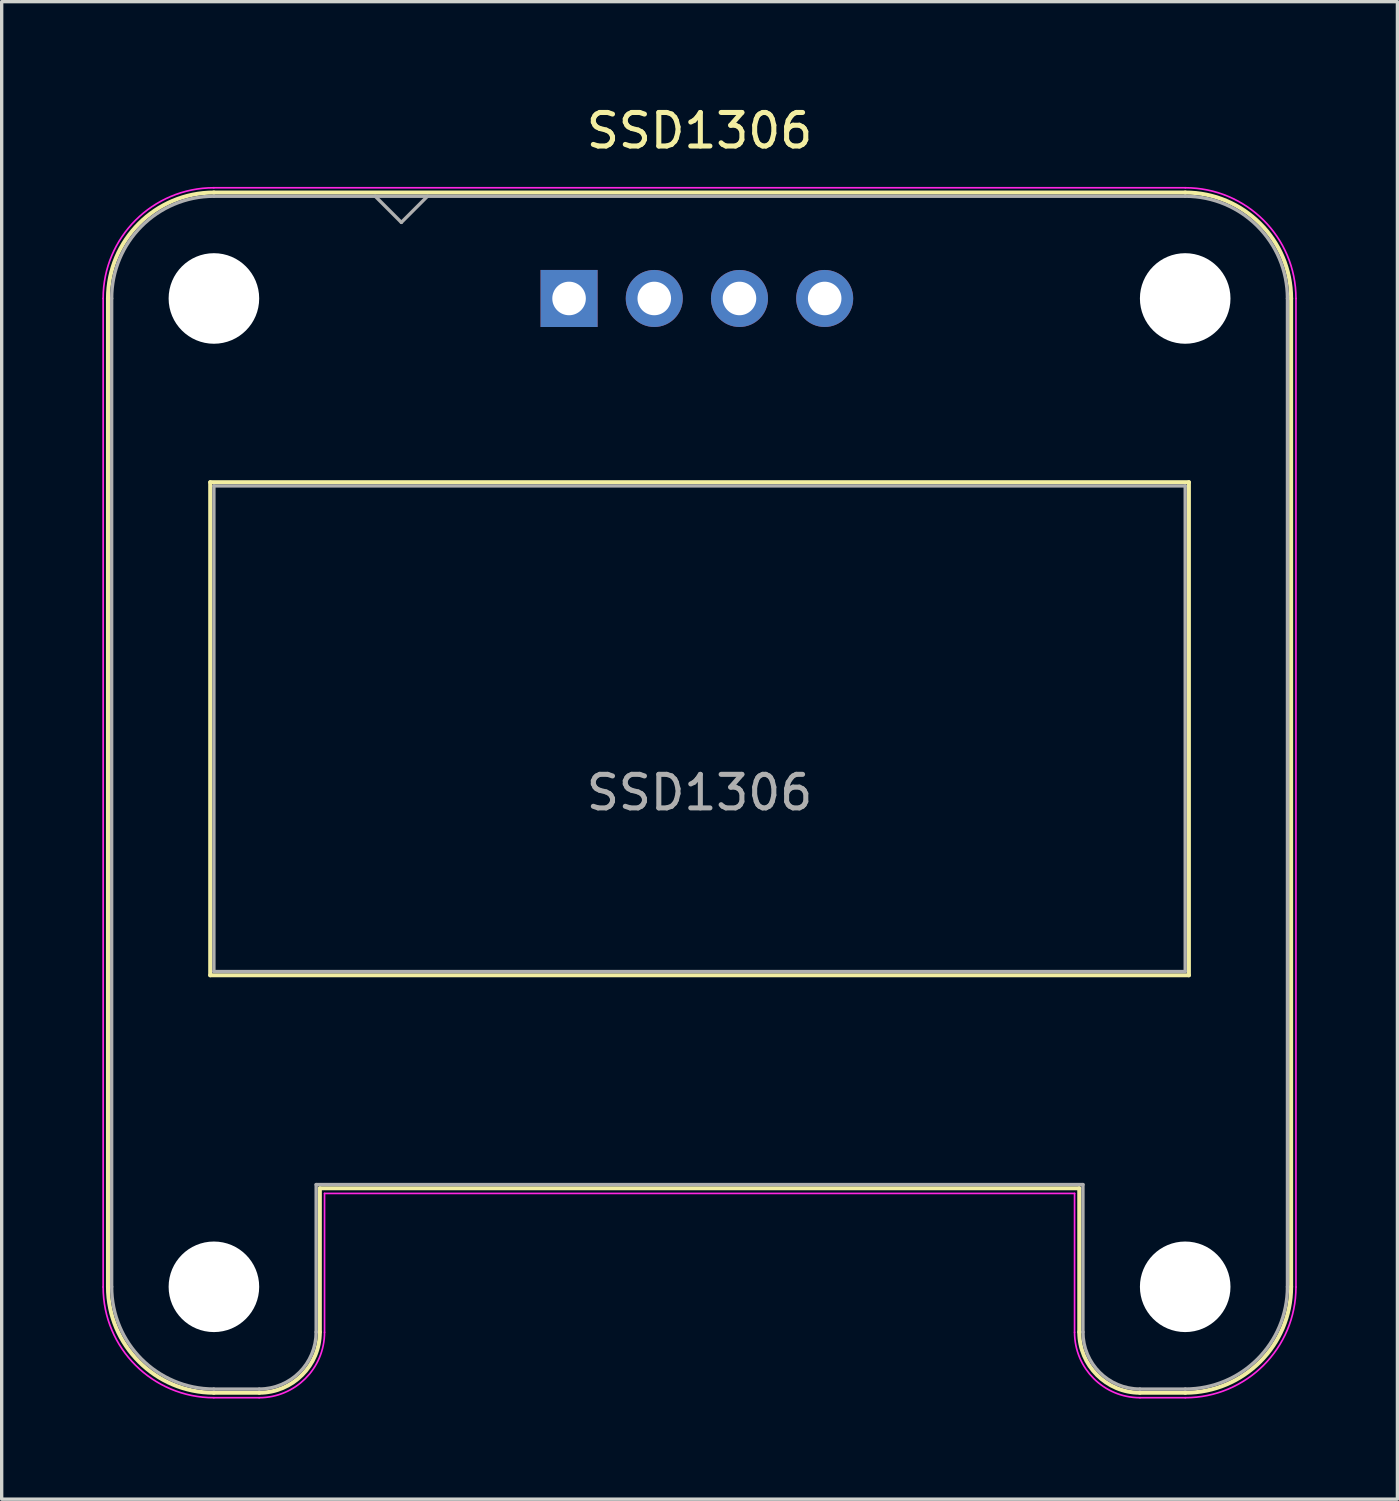
<source format=kicad_pcb>
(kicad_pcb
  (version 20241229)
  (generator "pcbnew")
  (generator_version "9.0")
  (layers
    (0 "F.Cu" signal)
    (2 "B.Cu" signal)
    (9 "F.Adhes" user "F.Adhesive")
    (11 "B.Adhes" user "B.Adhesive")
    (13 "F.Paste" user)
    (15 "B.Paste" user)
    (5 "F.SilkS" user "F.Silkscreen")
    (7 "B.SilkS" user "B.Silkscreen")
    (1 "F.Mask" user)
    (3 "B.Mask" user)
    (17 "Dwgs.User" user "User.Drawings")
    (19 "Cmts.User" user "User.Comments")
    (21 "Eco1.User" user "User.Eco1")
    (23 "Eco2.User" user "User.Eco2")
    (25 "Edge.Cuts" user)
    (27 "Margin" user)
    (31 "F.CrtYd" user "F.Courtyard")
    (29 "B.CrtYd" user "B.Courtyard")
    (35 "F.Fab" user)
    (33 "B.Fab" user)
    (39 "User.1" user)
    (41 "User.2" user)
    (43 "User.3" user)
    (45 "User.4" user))
  (footprint "SSD1306"
    (layer "F.Cu")
    (at 8.915 5.848)
    (property "Reference" "SSD1306" (at 8.89 -5 0) (layer "F.SilkS") (effects (font (size 1 1) (thickness 0.15))))
    (attr through_hole)
    (fp_line (start -8.746 0) (end -8.746 29.464) (stroke (width 0.12) (type solid)) (layer "F.SilkS"))
    (fp_line (start -5.698 5.478) (end -5.698 20.176) (stroke (width 0.12) (type solid)) (layer "F.SilkS"))
    (fp_line (start -5.698 5.478) (end 23.478 5.478) (stroke (width 0.12) (type solid)) (layer "F.SilkS"))
    (fp_line (start -5.698 20.176) (end 23.478 20.176) (stroke (width 0.12) (type solid)) (layer "F.SilkS"))
    (fp_line (start -4.238 32.622) (end -5.59 32.622) (stroke (width 0.12) (type solid)) (layer "F.SilkS"))
    (fp_line (start -2.43 26.526) (end -2.43 30.814) (stroke (width 0.12) (type solid)) (layer "F.SilkS"))
    (fp_line (start -2.43 26.526) (end 20.21 26.526) (stroke (width 0.12) (type solid)) (layer "F.SilkS"))
    (fp_line (start 20.21 26.526) (end 20.21 30.814) (stroke (width 0.12) (type solid)) (layer "F.SilkS"))
    (fp_line (start 22.018 32.622) (end 23.37 32.622) (stroke (width 0.12) (type solid)) (layer "F.SilkS"))
    (fp_line (start 23.368 -3.158) (end -5.588 -3.158) (stroke (width 0.12) (type solid)) (layer "F.SilkS"))
    (fp_line (start 23.478 5.478) (end 23.478 20.176) (stroke (width 0.12) (type solid)) (layer "F.SilkS"))
    (fp_line (start 26.526 0) (end 26.526 29.464) (stroke (width 0.12) (type solid)) (layer "F.SilkS"))
    (fp_arc (start -8.746 0) (mid -7.821043 -2.233043) (end -5.588 -3.158) (stroke (width 0.12) (type solid)) (layer "F.SilkS"))
    (fp_arc (start -5.588 32.622) (mid -7.821043 31.697043) (end -8.746 29.464) (stroke (width 0.12) (type solid)) (layer "F.SilkS"))
    (fp_arc (start -2.43 30.812) (mid -2.958137 32.091035) (end -4.236 32.622) (stroke (width 0.12) (type solid)) (layer "F.SilkS"))
    (fp_arc (start 22.016 32.622) (mid 20.738137 32.091035) (end 20.21 30.812) (stroke (width 0.12) (type solid)) (layer "F.SilkS"))
    (fp_arc (start 23.368 -3.158) (mid 25.601043 -2.233043) (end 26.526 0) (stroke (width 0.12) (type solid)) (layer "F.SilkS"))
    (fp_arc (start 26.526 29.464) (mid 25.601043 31.697043) (end 23.368 32.622) (stroke (width 0.12) (type solid)) (layer "F.SilkS"))
    (fp_line (start -8.89 0) (end -8.89 29.47) (stroke (width 0.05) (type solid)) (layer "F.CrtYd"))
    (fp_line (start -4.24 32.77) (end -5.59 32.77) (stroke (width 0.05) (type solid)) (layer "F.CrtYd"))
    (fp_line (start -2.29 26.68) (end -2.29 30.82) (stroke (width 0.05) (type solid)) (layer "F.CrtYd"))
    (fp_line (start -2.29 26.68) (end 20.07 26.68) (stroke (width 0.05) (type solid)) (layer "F.CrtYd"))
    (fp_line (start 20.07 26.68) (end 20.07 30.82) (stroke (width 0.05) (type solid)) (layer "F.CrtYd"))
    (fp_line (start 22.02 32.77) (end 23.37 32.77) (stroke (width 0.05) (type solid)) (layer "F.CrtYd"))
    (fp_line (start 23.37 -3.3) (end -5.59 -3.3) (stroke (width 0.05) (type solid)) (layer "F.CrtYd"))
    (fp_line (start 26.67 0) (end 26.67 29.47) (stroke (width 0.05) (type solid)) (layer "F.CrtYd"))
    (fp_arc (start -8.89 0) (mid -7.923452 -2.333452) (end -5.59 -3.3) (stroke (width 0.05) (type solid)) (layer "F.CrtYd"))
    (fp_arc (start -5.59 32.77) (mid -7.923452 31.803452) (end -8.89 29.47) (stroke (width 0.05) (type solid)) (layer "F.CrtYd"))
    (fp_arc (start -2.29 30.82) (mid -2.861142 32.198858) (end -4.24 32.77) (stroke (width 0.05) (type solid)) (layer "F.CrtYd"))
    (fp_arc (start 22.02 32.77) (mid 20.641142 32.198858) (end 20.07 30.82) (stroke (width 0.05) (type solid)) (layer "F.CrtYd"))
    (fp_arc (start 23.37 -3.3) (mid 25.703452 -2.333452) (end 26.67 0) (stroke (width 0.05) (type solid)) (layer "F.CrtYd"))
    (fp_arc (start 26.67 29.47) (mid 25.703452 31.803452) (end 23.37 32.77) (stroke (width 0.05) (type solid)) (layer "F.CrtYd"))
    (fp_line (start -8.636 0) (end -8.636 29.464) (stroke (width 0.1) (type solid)) (layer "F.Fab"))
    (fp_line (start -5.588 5.588) (end -5.588 20.066) (stroke (width 0.1) (type solid)) (layer "F.Fab"))
    (fp_line (start -5.588 5.588) (end 23.368 5.588) (stroke (width 0.1) (type solid)) (layer "F.Fab"))
    (fp_line (start -5.588 20.066) (end 23.368 20.066) (stroke (width 0.1) (type solid)) (layer "F.Fab"))
    (fp_line (start -4.238 32.512) (end -5.59 32.512) (stroke (width 0.1) (type solid)) (layer "F.Fab"))
    (fp_line (start -2.54 26.416) (end -2.54 30.814) (stroke (width 0.1) (type solid)) (layer "F.Fab"))
    (fp_line (start -2.54 26.416) (end 20.32 26.416) (stroke (width 0.1) (type solid)) (layer "F.Fab"))
    (fp_line (start -0.78 -3.048) (end 0 -2.268) (stroke (width 0.1) (type solid)) (layer "F.Fab"))
    (fp_line (start 0 -2.268) (end 0.78 -3.048) (stroke (width 0.1) (type solid)) (layer "F.Fab"))
    (fp_line (start 20.32 26.416) (end 20.32 30.814) (stroke (width 0.1) (type solid)) (layer "F.Fab"))
    (fp_line (start 22.018 32.512) (end 23.37 32.512) (stroke (width 0.1) (type solid)) (layer "F.Fab"))
    (fp_line (start 23.368 -3.048) (end -5.588 -3.048) (stroke (width 0.1) (type solid)) (layer "F.Fab"))
    (fp_line (start 23.368 5.588) (end 23.368 20.066) (stroke (width 0.1) (type solid)) (layer "F.Fab"))
    (fp_line (start 26.416 0) (end 26.416 29.464) (stroke (width 0.1) (type solid)) (layer "F.Fab"))
    (fp_arc (start -8.636 0.002) (mid -7.744676 -2.153847) (end -5.59 -3.048) (stroke (width 0.1) (type solid)) (layer "F.Fab"))
    (fp_arc (start -5.59 32.512) (mid -7.744676 31.617847) (end -8.636 29.462) (stroke (width 0.1) (type solid)) (layer "F.Fab"))
    (fp_arc (start -2.54 30.812) (mid -3.035918 32.013253) (end -4.236 32.512) (stroke (width 0.1) (type solid)) (layer "F.Fab"))
    (fp_arc (start 22.016 32.512) (mid 20.815918 32.013253) (end 20.32 30.812) (stroke (width 0.1) (type solid)) (layer "F.Fab"))
    (fp_arc (start 23.368 -3.048) (mid 25.523261 -2.155261) (end 26.416 0) (stroke (width 0.1) (type solid)) (layer "F.Fab"))
    (fp_arc (start 26.416 29.464) (mid 25.523261 31.619261) (end 23.368 32.512) (stroke (width 0.1) (type solid)) (layer "F.Fab"))
    (fp_text user "${REFERENCE}" (at 8.89 14.732 0) (layer "F.Fab") (effects (font (size 1 1) (thickness 0.15))))
    (pad "" np_thru_hole circle (at -5.588 0) (size 2.7 2.7) (drill 2.7) (layers "*.Cu" "*.Mask"))
    (pad "" np_thru_hole circle (at -5.588 29.464) (size 2.7 2.7) (drill 2.7) (layers "*.Cu" "*.Mask"))
    (pad "" np_thru_hole circle (at 23.368 0) (size 2.7 2.7) (drill 2.7) (layers "*.Cu" "*.Mask"))
    (pad "" np_thru_hole circle (at 23.368 29.464) (size 2.7 2.7) (drill 2.7) (layers "*.Cu" "*.Mask"))
    (pad "1" thru_hole rect (at 5 0) (size 1.7 1.7) (drill 1) (layers "*.Cu" "*.Mask"))
    (pad "2" thru_hole circle (at 7.54 0) (size 1.7 1.7) (drill 1) (layers "*.Cu" "*.Mask"))
    (pad "3" thru_hole circle (at 10.08 0) (size 1.7 1.7) (drill 1) (layers "*.Cu" "*.Mask"))
    (pad "4" thru_hole circle (at 12.62 0) (size 1.7 1.7) (drill 1) (layers "*.Cu" "*.Mask")))
  (gr_rect
    (start -3 -3)
    (end 38.61 41.643)
    (stroke (width 0.1) (type default))
    (fill no)
    (layer "Edge.Cuts")))
</source>
